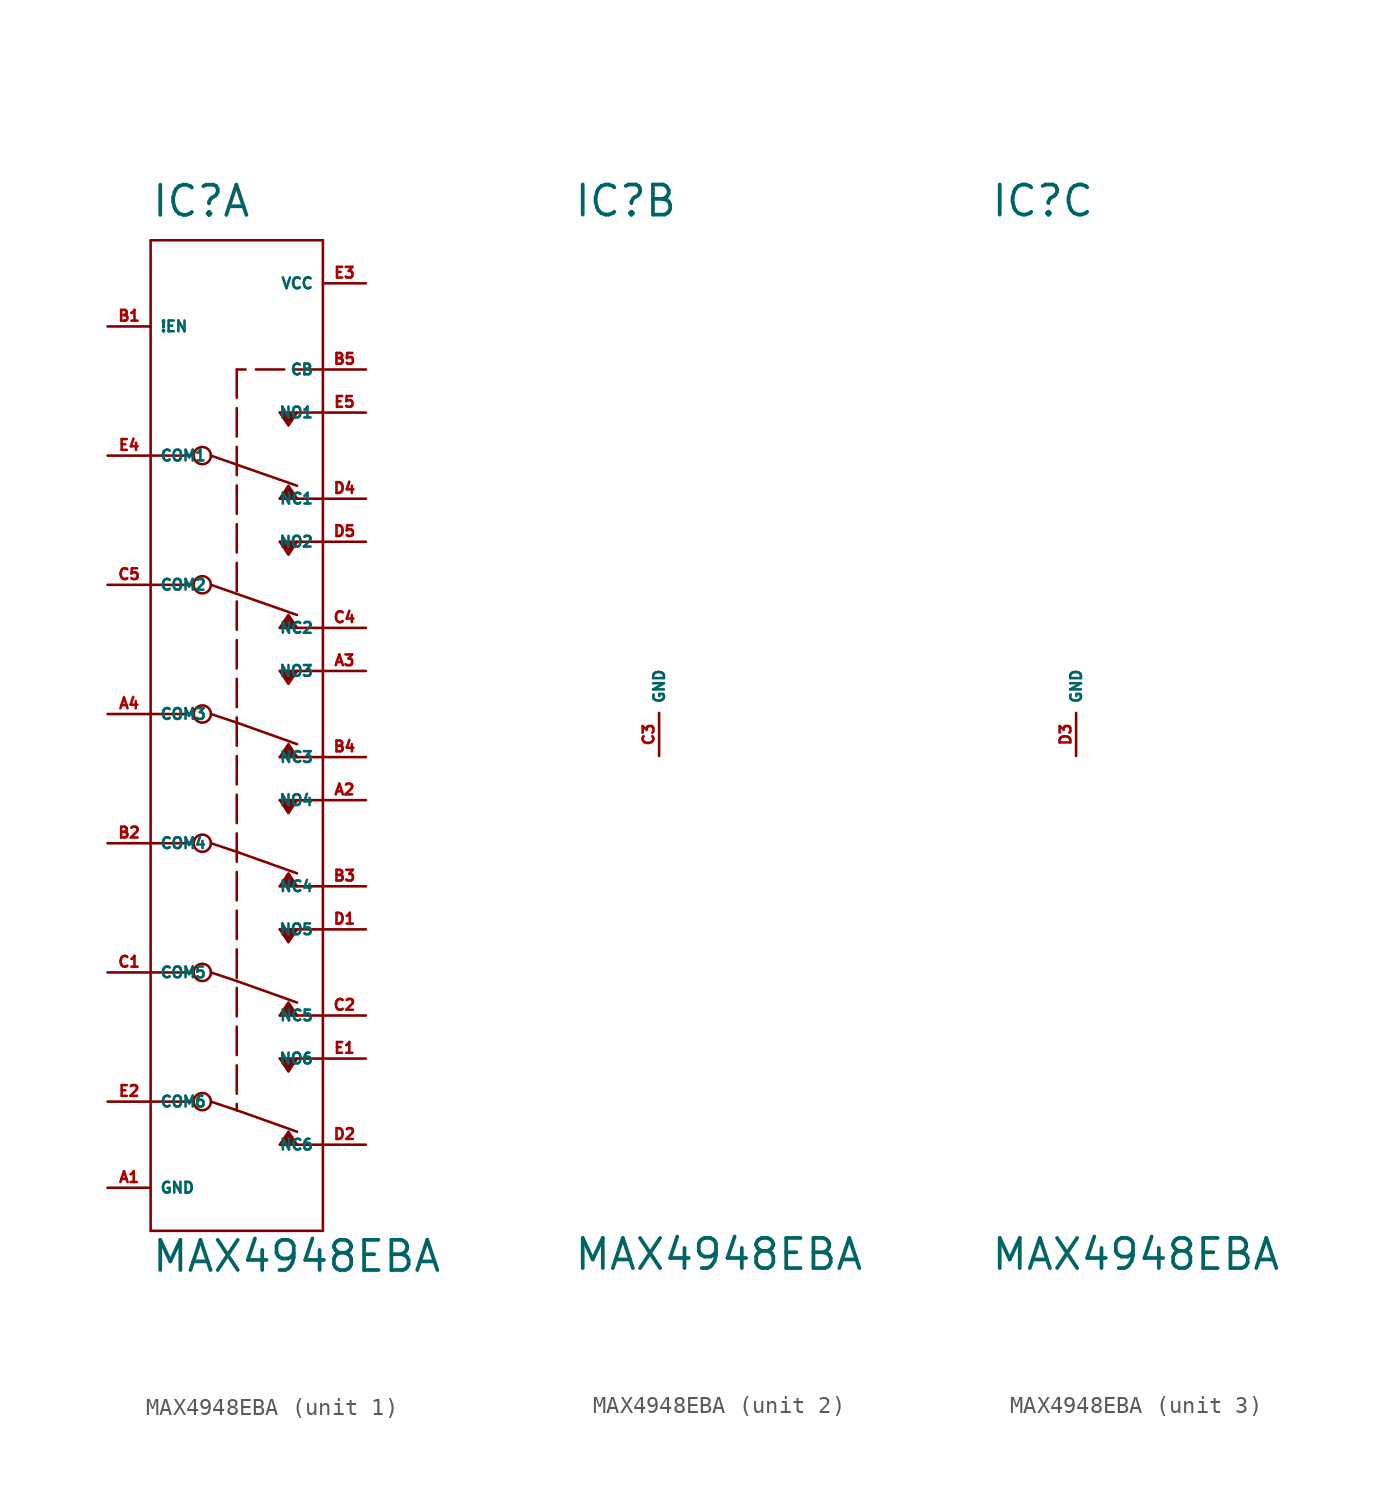
<source format=kicad_sym>
(kicad_symbol_lib
  (version 20220914)
  (generator Eagle2Kicad)
  (symbol "MAX4948EBA"
    (property "Reference" "IC"
      (at -5.08 29.21 0)
      (effects (font (size 1.778 1.778) (thickness 0.22)) (justify left bottom)))
    (property "Value" "MAX4948EBA"
      (at -5.08 -33.02 0)
      (effects (font (size 1.778 1.778) (thickness 0.22)) (justify left bottom)))
    (symbol "MAX4948EBA_1_0"
      (polyline (pts (xy 2.54 12.7) (xy 3.048 13.462) (xy 3.556 12.7)) (stroke (width 0.152) (type default)) (fill (type outline)))
      (polyline (pts (xy 2.54 17.78) (xy 3.048 17.018) (xy 3.556 17.78)) (stroke (width 0.152) (type default)) (fill (type outline)))
      (polyline (pts (xy 2.54 10.16) (xy 3.048 9.398) (xy 3.556 10.16)) (stroke (width 0.152) (type default)) (fill (type outline)))
      (polyline (pts (xy 2.54 5.08) (xy 3.048 5.842) (xy 3.556 5.08)) (stroke (width 0.152) (type default)) (fill (type outline)))
      (polyline (pts (xy 2.54 2.54) (xy 3.048 1.778) (xy 3.556 2.54)) (stroke (width 0.152) (type default)) (fill (type outline)))
      (polyline (pts (xy 2.54 -2.54) (xy 3.048 -1.778) (xy 3.556 -2.54)) (stroke (width 0.152) (type default)) (fill (type outline)))
      (polyline (pts (xy 2.54 -5.08) (xy 3.048 -5.842) (xy 3.556 -5.08)) (stroke (width 0.152) (type default)) (fill (type outline)))
      (polyline (pts (xy 2.54 -10.16) (xy 3.048 -9.398) (xy 3.556 -10.16)) (stroke (width 0.152) (type default)) (fill (type outline)))
      (polyline (pts (xy 2.54 -12.7) (xy 3.048 -13.462) (xy 3.556 -12.7)) (stroke (width 0.152) (type default)) (fill (type outline)))
      (polyline (pts (xy 2.54 -17.78) (xy 3.048 -17.018) (xy 3.556 -17.78)) (stroke (width 0.152) (type default)) (fill (type outline)))
      (polyline (pts (xy 2.54 -20.32) (xy 3.048 -21.082) (xy 3.556 -20.32)) (stroke (width 0.152) (type default)) (fill (type outline)))
      (polyline (pts (xy 2.54 -25.4) (xy 3.048 -24.638) (xy 3.556 -25.4)) (stroke (width 0.152) (type default)) (fill (type outline)))
      (polyline (pts (xy -1.524 15.24) (xy 3.556 13.462)) (stroke (width 0.152) (type default)) (fill (type none)))
      (polyline (pts (xy 5.08 20.32) (xy 0 20.32)) (stroke (width 0.152) (type dash)) (fill (type none)))
      (polyline (pts (xy 0 20.32) (xy 0 -23.368)) (stroke (width 0.152) (type dash)) (fill (type none)))
      (polyline (pts (xy -1.524 0) (xy 0 -0.508)) (stroke (width 0.152) (type default)) (fill (type none)))
      (polyline (pts (xy 0 -0.508) (xy 3.556 -1.778)) (stroke (width 0.152) (type default)) (fill (type none)))
      (polyline (pts (xy -1.524 -7.62) (xy 0 -8.128)) (stroke (width 0.152) (type default)) (fill (type none)))
      (polyline (pts (xy 0 -8.128) (xy 3.556 -9.398)) (stroke (width 0.152) (type default)) (fill (type none)))
      (polyline (pts (xy -1.524 -15.24) (xy 0 -15.748)) (stroke (width 0.152) (type default)) (fill (type none)))
      (polyline (pts (xy 0 -15.748) (xy 3.556 -17.018)) (stroke (width 0.152) (type default)) (fill (type none)))
      (polyline (pts (xy -1.524 -22.86) (xy 0 -23.368)) (stroke (width 0.152) (type default)) (fill (type none)))
      (polyline (pts (xy 0 -23.368) (xy 3.556 -24.638)) (stroke (width 0.152) (type default)) (fill (type none)))
      (polyline (pts (xy -1.524 7.62) (xy 3.556 5.842)) (stroke (width 0.152) (type default)) (fill (type none)))
      (polyline (pts (xy -5.08 27.94) (xy 5.08 27.94)) (stroke (width 0.152) (type default)) (fill (type none)))
      (polyline (pts (xy 5.08 27.94) (xy 5.08 17.78)) (stroke (width 0.152) (type default)) (fill (type none)))
      (polyline (pts (xy 5.08 17.78) (xy 5.08 12.7)) (stroke (width 0.152) (type default)) (fill (type none)))
      (polyline (pts (xy 5.08 12.7) (xy 5.08 10.16)) (stroke (width 0.152) (type default)) (fill (type none)))
      (polyline (pts (xy 5.08 10.16) (xy 5.08 5.08)) (stroke (width 0.152) (type default)) (fill (type none)))
      (polyline (pts (xy 5.08 5.08) (xy 5.08 2.54)) (stroke (width 0.152) (type default)) (fill (type none)))
      (polyline (pts (xy 5.08 2.54) (xy 5.08 -2.54)) (stroke (width 0.152) (type default)) (fill (type none)))
      (polyline (pts (xy 5.08 -2.54) (xy 5.08 -5.08)) (stroke (width 0.152) (type default)) (fill (type none)))
      (polyline (pts (xy 5.08 -5.08) (xy 5.08 -10.16)) (stroke (width 0.152) (type default)) (fill (type none)))
      (polyline (pts (xy 5.08 -10.16) (xy 5.08 -12.7)) (stroke (width 0.152) (type default)) (fill (type none)))
      (polyline (pts (xy 5.08 -12.7) (xy 5.08 -17.78)) (stroke (width 0.152) (type default)) (fill (type none)))
      (polyline (pts (xy 5.08 -17.78) (xy 5.08 -20.32)) (stroke (width 0.152) (type default)) (fill (type none)))
      (polyline (pts (xy 5.08 -20.32) (xy 5.08 -25.4)) (stroke (width 0.152) (type default)) (fill (type none)))
      (polyline (pts (xy 5.08 -25.4) (xy 5.08 -30.48)) (stroke (width 0.152) (type default)) (fill (type none)))
      (polyline (pts (xy 5.08 -30.48) (xy -5.08 -30.48)) (stroke (width 0.152) (type default)) (fill (type none)))
      (polyline (pts (xy -5.08 -30.48) (xy -5.08 -22.86)) (stroke (width 0.152) (type default)) (fill (type none)))
      (polyline (pts (xy -5.08 -22.86) (xy -5.08 -15.24)) (stroke (width 0.152) (type default)) (fill (type none)))
      (polyline (pts (xy -5.08 -15.24) (xy -5.08 -7.62)) (stroke (width 0.152) (type default)) (fill (type none)))
      (polyline (pts (xy -5.08 -7.62) (xy -5.08 0)) (stroke (width 0.152) (type default)) (fill (type none)))
      (polyline (pts (xy -5.08 0) (xy -5.08 7.62)) (stroke (width 0.152) (type default)) (fill (type none)))
      (polyline (pts (xy -5.08 7.62) (xy -5.08 15.24)) (stroke (width 0.152) (type default)) (fill (type none)))
      (polyline (pts (xy -5.08 15.24) (xy -5.08 27.94)) (stroke (width 0.152) (type default)) (fill (type none)))
      (polyline (pts (xy 5.08 17.78) (xy 2.54 17.78)) (stroke (width 0.152) (type default)) (fill (type none)))
      (polyline (pts (xy 5.08 12.7) (xy 2.54 12.7)) (stroke (width 0.152) (type default)) (fill (type none)))
      (polyline (pts (xy 5.08 10.16) (xy 2.54 10.16)) (stroke (width 0.152) (type default)) (fill (type none)))
      (polyline (pts (xy 5.08 5.08) (xy 2.54 5.08)) (stroke (width 0.152) (type default)) (fill (type none)))
      (polyline (pts (xy 5.08 2.54) (xy 2.54 2.54)) (stroke (width 0.152) (type default)) (fill (type none)))
      (polyline (pts (xy 5.08 -2.54) (xy 2.54 -2.54)) (stroke (width 0.152) (type default)) (fill (type none)))
      (polyline (pts (xy 5.08 -5.08) (xy 2.54 -5.08)) (stroke (width 0.152) (type default)) (fill (type none)))
      (polyline (pts (xy 5.08 -10.16) (xy 2.54 -10.16)) (stroke (width 0.152) (type default)) (fill (type none)))
      (polyline (pts (xy 5.08 -12.7) (xy 2.54 -12.7)) (stroke (width 0.152) (type default)) (fill (type none)))
      (polyline (pts (xy 5.08 -17.78) (xy 2.54 -17.78)) (stroke (width 0.152) (type default)) (fill (type none)))
      (polyline (pts (xy 5.08 -20.32) (xy 2.54 -20.32)) (stroke (width 0.152) (type default)) (fill (type none)))
      (polyline (pts (xy 5.08 -25.4) (xy 2.54 -25.4)) (stroke (width 0.152) (type default)) (fill (type none)))
      (polyline (pts (xy -2.54 15.24) (xy -5.08 15.24)) (stroke (width 0.152) (type default)) (fill (type none)))
      (polyline (pts (xy -2.54 7.62) (xy -5.08 7.62)) (stroke (width 0.152) (type default)) (fill (type none)))
      (polyline (pts (xy -2.54 0) (xy -5.08 0)) (stroke (width 0.152) (type default)) (fill (type none)))
      (polyline (pts (xy -2.54 -7.62) (xy -5.08 -7.62)) (stroke (width 0.152) (type default)) (fill (type none)))
      (polyline (pts (xy -2.54 -15.24) (xy -5.08 -15.24)) (stroke (width 0.152) (type default)) (fill (type none)))
      (polyline (pts (xy -2.54 -22.86) (xy -5.08 -22.86)) (stroke (width 0.152) (type default)) (fill (type none)))
      (circle (center -2.032 15.24) (radius 0.508) (stroke (width 0.152) (type default)) (fill (type none)))
      (circle (center -2.032 7.62) (radius 0.508) (stroke (width 0.152) (type default)) (fill (type none)))
      (circle (center -2.032 0) (radius 0.508) (stroke (width 0.152) (type default)) (fill (type none)))
      (circle (center -2.032 -7.62) (radius 0.508) (stroke (width 0.152) (type default)) (fill (type none)))
      (circle (center -2.032 -15.24) (radius 0.508) (stroke (width 0.152) (type default)) (fill (type none)))
      (circle (center -2.032 -22.86) (radius 0.508) (stroke (width 0.152) (type default)) (fill (type none)))
      (pin bidirectional line (at -7.62 15.24 0) (length 2.54) (name "COM1" (effects (font (size 0.635 0.635) (thickness 0.08)) (justify left bottom))) (number "E4" (effects (font (size 0.635 0.635) (thickness 0.08)) (justify left bottom))))
      (pin bidirectional line (at 7.62 17.78 180) (length 2.54) (name "NO1" (effects (font (size 0.635 0.635) (thickness 0.08)) (justify left bottom))) (number "E5" (effects (font (size 0.635 0.635) (thickness 0.08)) (justify left bottom))))
      (pin bidirectional line (at 7.62 12.7 180) (length 2.54) (name "NC1" (effects (font (size 0.635 0.635) (thickness 0.08)) (justify left bottom))) (number "D4" (effects (font (size 0.635 0.635) (thickness 0.08)) (justify left bottom))))
      (pin bidirectional line (at -7.62 7.62 0) (length 2.54) (name "COM2" (effects (font (size 0.635 0.635) (thickness 0.08)) (justify left bottom))) (number "C5" (effects (font (size 0.635 0.635) (thickness 0.08)) (justify left bottom))))
      (pin bidirectional line (at 7.62 10.16 180) (length 2.54) (name "NO2" (effects (font (size 0.635 0.635) (thickness 0.08)) (justify left bottom))) (number "D5" (effects (font (size 0.635 0.635) (thickness 0.08)) (justify left bottom))))
      (pin bidirectional line (at 7.62 5.08 180) (length 2.54) (name "NC2" (effects (font (size 0.635 0.635) (thickness 0.08)) (justify left bottom))) (number "C4" (effects (font (size 0.635 0.635) (thickness 0.08)) (justify left bottom))))
      (pin input line (at 7.62 20.32 180) (length 2.54) (name "CB" (effects (font (size 0.635 0.635) (thickness 0.08)) (justify left bottom))) (number "B5" (effects (font (size 0.635 0.635) (thickness 0.08)) (justify left bottom))))
      (pin bidirectional line (at -7.62 0 0) (length 2.54) (name "COM3" (effects (font (size 0.635 0.635) (thickness 0.08)) (justify left bottom))) (number "A4" (effects (font (size 0.635 0.635) (thickness 0.08)) (justify left bottom))))
      (pin bidirectional line (at 7.62 2.54 180) (length 2.54) (name "NO3" (effects (font (size 0.635 0.635) (thickness 0.08)) (justify left bottom))) (number "A3" (effects (font (size 0.635 0.635) (thickness 0.08)) (justify left bottom))))
      (pin bidirectional line (at 7.62 -2.54 180) (length 2.54) (name "NC3" (effects (font (size 0.635 0.635) (thickness 0.08)) (justify left bottom))) (number "B4" (effects (font (size 0.635 0.635) (thickness 0.08)) (justify left bottom))))
      (pin bidirectional line (at -7.62 -7.62 0) (length 2.54) (name "COM4" (effects (font (size 0.635 0.635) (thickness 0.08)) (justify left bottom))) (number "B2" (effects (font (size 0.635 0.635) (thickness 0.08)) (justify left bottom))))
      (pin bidirectional line (at 7.62 -5.08 180) (length 2.54) (name "NO4" (effects (font (size 0.635 0.635) (thickness 0.08)) (justify left bottom))) (number "A2" (effects (font (size 0.635 0.635) (thickness 0.08)) (justify left bottom))))
      (pin bidirectional line (at 7.62 -10.16 180) (length 2.54) (name "NC4" (effects (font (size 0.635 0.635) (thickness 0.08)) (justify left bottom))) (number "B3" (effects (font (size 0.635 0.635) (thickness 0.08)) (justify left bottom))))
      (pin bidirectional line (at -7.62 -15.24 0) (length 2.54) (name "COM5" (effects (font (size 0.635 0.635) (thickness 0.08)) (justify left bottom))) (number "C1" (effects (font (size 0.635 0.635) (thickness 0.08)) (justify left bottom))))
      (pin bidirectional line (at 7.62 -12.7 180) (length 2.54) (name "NO5" (effects (font (size 0.635 0.635) (thickness 0.08)) (justify left bottom))) (number "D1" (effects (font (size 0.635 0.635) (thickness 0.08)) (justify left bottom))))
      (pin bidirectional line (at 7.62 -17.78 180) (length 2.54) (name "NC5" (effects (font (size 0.635 0.635) (thickness 0.08)) (justify left bottom))) (number "C2" (effects (font (size 0.635 0.635) (thickness 0.08)) (justify left bottom))))
      (pin bidirectional line (at -7.62 -22.86 0) (length 2.54) (name "COM6" (effects (font (size 0.635 0.635) (thickness 0.08)) (justify left bottom))) (number "E2" (effects (font (size 0.635 0.635) (thickness 0.08)) (justify left bottom))))
      (pin bidirectional line (at 7.62 -20.32 180) (length 2.54) (name "NO6" (effects (font (size 0.635 0.635) (thickness 0.08)) (justify left bottom))) (number "E1" (effects (font (size 0.635 0.635) (thickness 0.08)) (justify left bottom))))
      (pin bidirectional line (at 7.62 -25.4 180) (length 2.54) (name "NC6" (effects (font (size 0.635 0.635) (thickness 0.08)) (justify left bottom))) (number "D2" (effects (font (size 0.635 0.635) (thickness 0.08)) (justify left bottom))))
      (pin input line (at -7.62 22.86 0) (length 2.54) (name "!EN" (effects (font (size 0.635 0.635) (thickness 0.08)) (justify left bottom))) (number "B1" (effects (font (size 0.635 0.635) (thickness 0.08)) (justify left bottom))))
      (pin unspecified line (at -7.62 -27.94 0) (length 2.54) (name "GND" (effects (font (size 0.635 0.635) (thickness 0.08)) (justify left bottom))) (number "A1" (effects (font (size 0.635 0.635) (thickness 0.08)) (justify left bottom))))
      (pin unspecified line (at 7.62 25.4 180) (length 2.54) (name "VCC" (effects (font (size 0.635 0.635) (thickness 0.08)) (justify left bottom))) (number "E3" (effects (font (size 0.635 0.635) (thickness 0.08)) (justify left bottom)))))
    (symbol "MAX4948EBA_2_0"
      (pin unspecified line (at 0 -2.54 90) (length 2.54) (name "GND" (effects (font (size 0.635 0.635) (thickness 0.08)) (justify left bottom))) (number "C3" (effects (font (size 0.635 0.635) (thickness 0.08)) (justify left bottom)))))
    (symbol "MAX4948EBA_3_0"
      (pin unspecified line (at 0 -2.54 90) (length 2.54) (name "GND" (effects (font (size 0.635 0.635) (thickness 0.08)) (justify left bottom))) (number "D3" (effects (font (size 0.635 0.635) (thickness 0.08)) (justify left bottom)))))))
</source>
